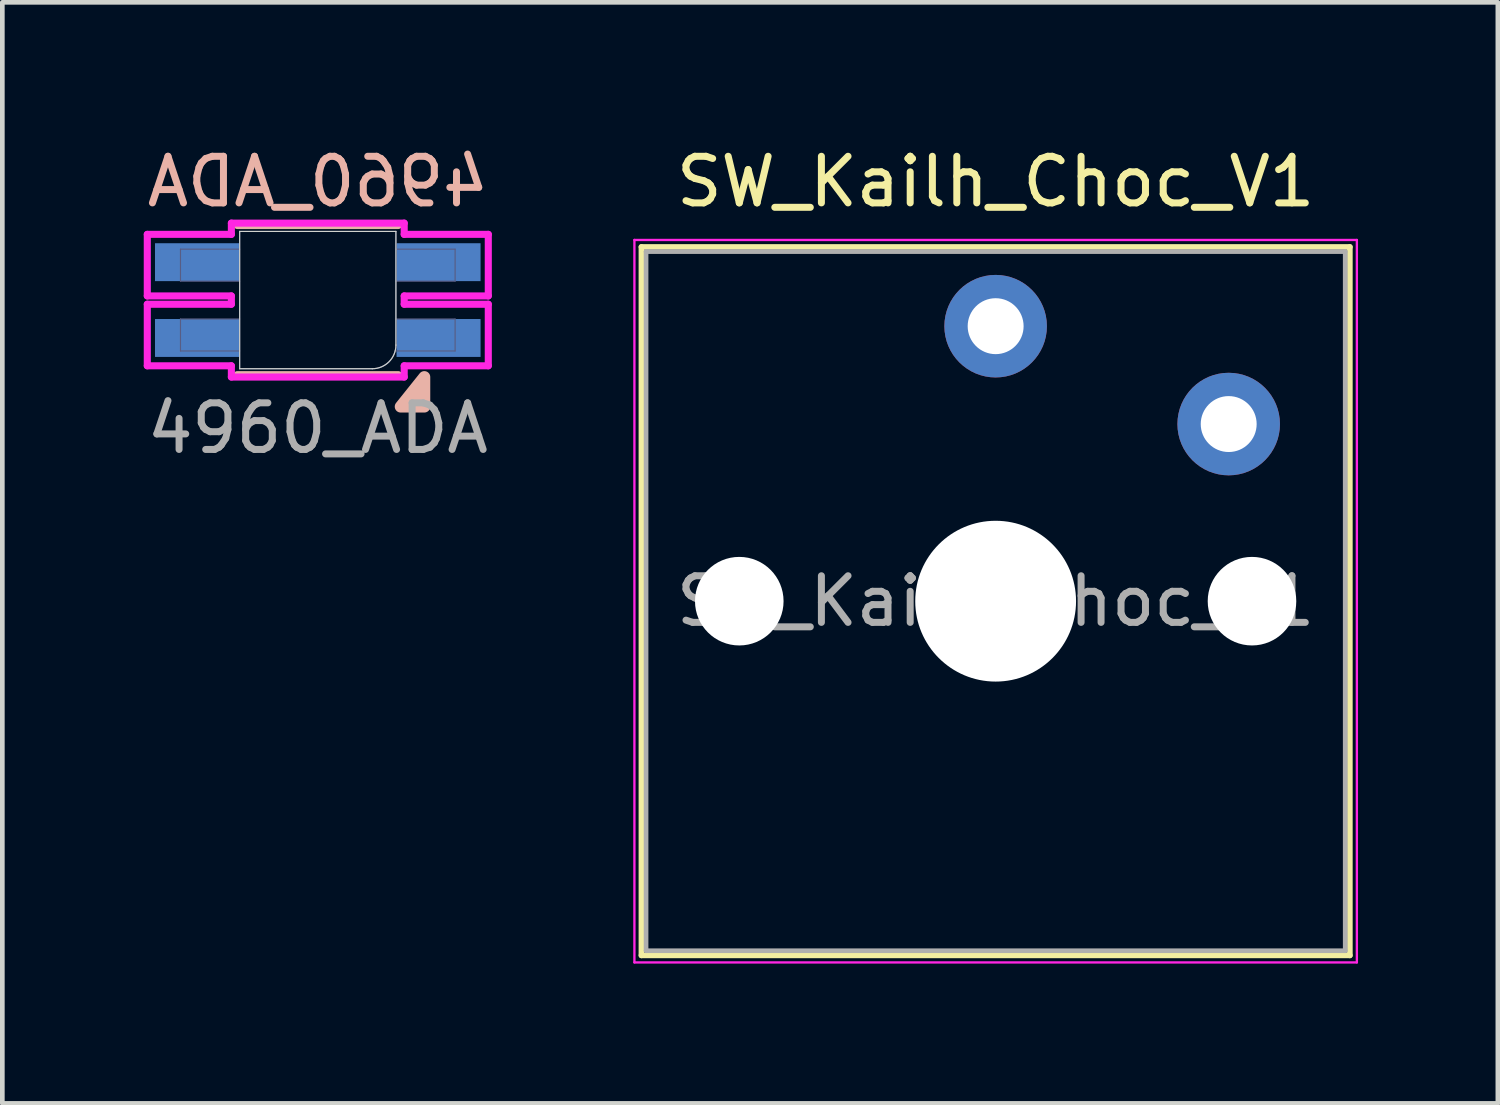
<source format=kicad_pcb>
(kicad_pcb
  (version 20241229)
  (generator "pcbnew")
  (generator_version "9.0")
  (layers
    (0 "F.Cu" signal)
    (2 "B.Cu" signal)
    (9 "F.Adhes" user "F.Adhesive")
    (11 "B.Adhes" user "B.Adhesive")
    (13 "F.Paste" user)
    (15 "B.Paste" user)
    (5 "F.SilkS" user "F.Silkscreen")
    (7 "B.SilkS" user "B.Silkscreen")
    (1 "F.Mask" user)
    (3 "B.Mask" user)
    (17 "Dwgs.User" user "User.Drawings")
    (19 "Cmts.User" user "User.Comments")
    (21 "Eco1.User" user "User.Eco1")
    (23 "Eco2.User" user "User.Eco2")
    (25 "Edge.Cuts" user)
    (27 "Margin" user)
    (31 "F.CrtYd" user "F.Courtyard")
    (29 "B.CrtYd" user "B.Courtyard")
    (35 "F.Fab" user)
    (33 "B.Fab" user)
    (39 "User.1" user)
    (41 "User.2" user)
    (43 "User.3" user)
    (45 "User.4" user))
  (footprint "4960_ADA"
    (layer "F.Cu")
    (at 3.768 3.388)
    (property "Reference" "4960_ADA" (at 0 -2.54 0) (unlocked yes) (layer "B.SilkS") (effects (font (size 1 1) (thickness 0.15)) (justify mirror)))
    (attr smd)
    (fp_line (start -1.727 -1.6) (end 1.727 -1.6) (stroke (width 0.152) (type solid)) (layer "B.SilkS"))
    (fp_line (start 1.727 1.6) (end -1.727 1.6) (stroke (width 0.152) (type solid)) (layer "B.SilkS"))
    (fp_poly (pts (xy 1.778 2.286) (xy 2.286 1.651) (xy 2.286 2.286)) (stroke (width 0.254) (type solid)) (fill yes) (layer "B.SilkS"))
    (fp_line (start -1.676 -1.473) (end -1.676 1.473) (stroke (width 0.025) (type solid)) (layer "Edge.Cuts"))
    (fp_line (start -1.676 -1.473) (end 1.676 -1.473) (stroke (width 0.025) (type solid)) (layer "Edge.Cuts"))
    (fp_line (start -1.676 1.473) (end 1.168 1.473) (stroke (width 0.025) (type solid)) (layer "Edge.Cuts"))
    (fp_line (start 1.676 0.965) (end 1.676 -1.473) (stroke (width 0.025) (type solid)) (layer "Edge.Cuts"))
    (fp_arc (start 1.6764 0.9652) (mid 1.52761 1.32441) (end 1.1684 1.4732) (stroke (width 0.0254) (type default)) (layer "Edge.Cuts"))
    (fp_line (start -3.658 -1.41) (end -3.658 -0.089) (stroke (width 0.152) (type solid)) (layer "F.CrtYd"))
    (fp_line (start -3.658 -0.089) (end -1.854 -0.089) (stroke (width 0.152) (type solid)) (layer "F.CrtYd"))
    (fp_line (start -3.658 0.089) (end -3.658 1.41) (stroke (width 0.152) (type solid)) (layer "F.CrtYd"))
    (fp_line (start -3.658 1.41) (end -1.854 1.41) (stroke (width 0.152) (type solid)) (layer "F.CrtYd"))
    (fp_line (start -1.854 -1.651) (end -1.854 -1.41) (stroke (width 0.152) (type solid)) (layer "F.CrtYd"))
    (fp_line (start -1.854 -1.41) (end -3.658 -1.41) (stroke (width 0.152) (type solid)) (layer "F.CrtYd"))
    (fp_line (start -1.854 -0.089) (end -1.854 0.089) (stroke (width 0.152) (type solid)) (layer "F.CrtYd"))
    (fp_line (start -1.854 0.089) (end -3.658 0.089) (stroke (width 0.152) (type solid)) (layer "F.CrtYd"))
    (fp_line (start -1.854 1.41) (end -1.854 1.651) (stroke (width 0.152) (type solid)) (layer "F.CrtYd"))
    (fp_line (start -1.854 1.651) (end 1.854 1.651) (stroke (width 0.152) (type solid)) (layer "F.CrtYd"))
    (fp_line (start 1.854 -1.651) (end -1.854 -1.651) (stroke (width 0.152) (type solid)) (layer "F.CrtYd"))
    (fp_line (start 1.854 -1.41) (end 1.854 -1.651) (stroke (width 0.152) (type solid)) (layer "F.CrtYd"))
    (fp_line (start 1.854 -0.089) (end 3.658 -0.089) (stroke (width 0.152) (type solid)) (layer "F.CrtYd"))
    (fp_line (start 1.854 0.089) (end 1.854 -0.089) (stroke (width 0.152) (type solid)) (layer "F.CrtYd"))
    (fp_line (start 1.854 1.41) (end 3.658 1.41) (stroke (width 0.152) (type solid)) (layer "F.CrtYd"))
    (fp_line (start 1.854 1.651) (end 1.854 1.41) (stroke (width 0.152) (type solid)) (layer "F.CrtYd"))
    (fp_line (start 3.658 -1.41) (end 1.854 -1.41) (stroke (width 0.152) (type solid)) (layer "F.CrtYd"))
    (fp_line (start 3.658 -0.089) (end 3.658 -1.41) (stroke (width 0.152) (type solid)) (layer "F.CrtYd"))
    (fp_line (start 3.658 0.089) (end 1.854 0.089) (stroke (width 0.152) (type solid)) (layer "F.CrtYd"))
    (fp_line (start 3.658 1.41) (end 3.658 0.089) (stroke (width 0.152) (type solid)) (layer "F.CrtYd"))
    (fp_line (start -2.946 -1.092) (end -2.946 -0.406) (stroke (width 0.025) (type solid)) (layer "B.Fab"))
    (fp_line (start -2.946 -0.406) (end -1.676 -0.406) (stroke (width 0.025) (type solid)) (layer "B.Fab"))
    (fp_line (start -2.946 0.406) (end -2.946 1.092) (stroke (width 0.025) (type solid)) (layer "B.Fab"))
    (fp_line (start -2.946 1.092) (end -1.676 1.092) (stroke (width 0.025) (type solid)) (layer "B.Fab"))
    (fp_line (start -1.676 -1.473) (end -1.676 1.473) (stroke (width 0.025) (type solid)) (layer "B.Fab"))
    (fp_line (start -1.676 -1.092) (end -2.946 -1.092) (stroke (width 0.025) (type solid)) (layer "B.Fab"))
    (fp_line (start -1.676 0.406) (end -2.946 0.406) (stroke (width 0.025) (type solid)) (layer "B.Fab"))
    (fp_line (start -1.676 1.473) (end 1.168 1.473) (stroke (width 0.025) (type solid)) (layer "B.Fab"))
    (fp_line (start 1.66 1.092) (end 2.946 1.092) (stroke (width 0.025) (type solid)) (layer "B.Fab"))
    (fp_line (start 1.676 -1.473) (end -1.676 -1.473) (stroke (width 0.025) (type solid)) (layer "B.Fab"))
    (fp_line (start 1.676 -0.406) (end 2.946 -0.406) (stroke (width 0.025) (type solid)) (layer "B.Fab"))
    (fp_line (start 1.676 0.965) (end 1.676 -1.473) (stroke (width 0.025) (type solid)) (layer "B.Fab"))
    (fp_line (start 2.946 -1.092) (end 1.676 -1.092) (stroke (width 0.025) (type solid)) (layer "B.Fab"))
    (fp_line (start 2.946 -0.406) (end 2.946 -1.092) (stroke (width 0.025) (type solid)) (layer "B.Fab"))
    (fp_line (start 2.946 0.406) (end 1.676 0.406) (stroke (width 0.025) (type solid)) (layer "B.Fab"))
    (fp_line (start 2.946 1.092) (end 2.946 0.406) (stroke (width 0.025) (type solid)) (layer "B.Fab"))
    (fp_arc (start 1.6764 0.9652) (mid 1.52761 1.32441) (end 1.1684 1.4732) (stroke (width 0.0254) (type default)) (layer "B.Fab"))
    (fp_text user "${REFERENCE}" (at 0 2.75 0) (unlocked yes) (layer "F.Fab") (effects (font (size 1 1) (thickness 0.15))))
    (pad "1" smd rect (at -2.591 -0.813) (size 1.803 0.813) (layers "B.Cu" "B.Mask" "B.Paste"))
    (pad "2" smd rect (at -2.591 0.813) (size 1.803 0.813) (layers "B.Cu" "B.Mask" "B.Paste"))
    (pad "3" smd rect (at 2.591 0.813) (size 1.803 0.813) (layers "B.Cu" "B.Mask" "B.Paste"))
    (pad "4" smd rect (at 2.591 -0.813) (size 1.803 0.813) (layers "B.Cu" "B.Mask" "B.Paste")))
  (footprint "SW_Kailh_Choc_V1"
    (layer "F.Cu")
    (at 18.311 9.848)
    (property "Reference" "SW_Kailh_Choc_V1" (at 0 -9 0) (layer "F.SilkS") (effects (font (size 1 1) (thickness 0.15))))
    (attr through_hole)
    (fp_line (start -7.6 -7.6) (end -7.6 7.6) (stroke (width 0.12) (type solid)) (layer "F.SilkS"))
    (fp_line (start -7.6 7.6) (end 7.6 7.6) (stroke (width 0.12) (type solid)) (layer "F.SilkS"))
    (fp_line (start 7.6 -7.6) (end -7.6 -7.6) (stroke (width 0.12) (type solid)) (layer "F.SilkS"))
    (fp_line (start 7.6 7.6) (end 7.6 -7.6) (stroke (width 0.12) (type solid)) (layer "F.SilkS"))
    (fp_line (start -7.25 -7.25) (end -7.25 7.25) (stroke (width 0.1) (type solid)) (layer "Eco1.User"))
    (fp_line (start -7.25 7.25) (end 7.25 7.25) (stroke (width 0.1) (type solid)) (layer "Eco1.User"))
    (fp_line (start 7.25 -7.25) (end -7.25 -7.25) (stroke (width 0.1) (type solid)) (layer "Eco1.User"))
    (fp_line (start 7.25 7.25) (end 7.25 -7.25) (stroke (width 0.1) (type solid)) (layer "Eco1.User"))
    (fp_line (start -7.75 -7.75) (end -7.75 7.75) (stroke (width 0.05) (type solid)) (layer "F.CrtYd"))
    (fp_line (start -7.75 7.75) (end 7.75 7.75) (stroke (width 0.05) (type solid)) (layer "F.CrtYd"))
    (fp_line (start 7.75 -7.75) (end -7.75 -7.75) (stroke (width 0.05) (type solid)) (layer "F.CrtYd"))
    (fp_line (start 7.75 7.75) (end 7.75 -7.75) (stroke (width 0.05) (type solid)) (layer "F.CrtYd"))
    (fp_line (start -7.5 -7.5) (end -7.5 7.5) (stroke (width 0.1) (type solid)) (layer "F.Fab"))
    (fp_line (start -7.5 7.5) (end 7.5 7.5) (stroke (width 0.1) (type solid)) (layer "F.Fab"))
    (fp_line (start 7.5 -7.5) (end -7.5 -7.5) (stroke (width 0.1) (type solid)) (layer "F.Fab"))
    (fp_line (start 7.5 7.5) (end 7.5 -7.5) (stroke (width 0.1) (type solid)) (layer "F.Fab"))
    (fp_text user "${REFERENCE}" (at 0 0 0) (layer "F.Fab") (effects (font (size 1 1) (thickness 0.15))))
    (pad "" np_thru_hole circle (at -5.5 0) (size 1.9 1.9) (drill 1.9) (layers "*.Cu" "*.Mask"))
    (pad "" np_thru_hole circle (at 0 0) (size 3.45 3.45) (drill 3.45) (layers "*.Cu" "*.Mask"))
    (pad "" np_thru_hole circle (at 5.5 0) (size 1.9 1.9) (drill 1.9) (layers "*.Cu" "*.Mask"))
    (pad "1" thru_hole circle (at 0 -5.9) (size 2.2 2.2) (drill 1.2) (layers "*.Cu" "*.Mask"))
    (pad "2" thru_hole circle (at 5 -3.8) (size 2.2 2.2) (drill 1.2) (layers "*.Cu" "*.Mask")))
  (gr_rect
    (start -3 -3)
    (end 29.086 20.623)
    (stroke (width 0.1) (type default))
    (fill no)
    (layer "Edge.Cuts")))
</source>
